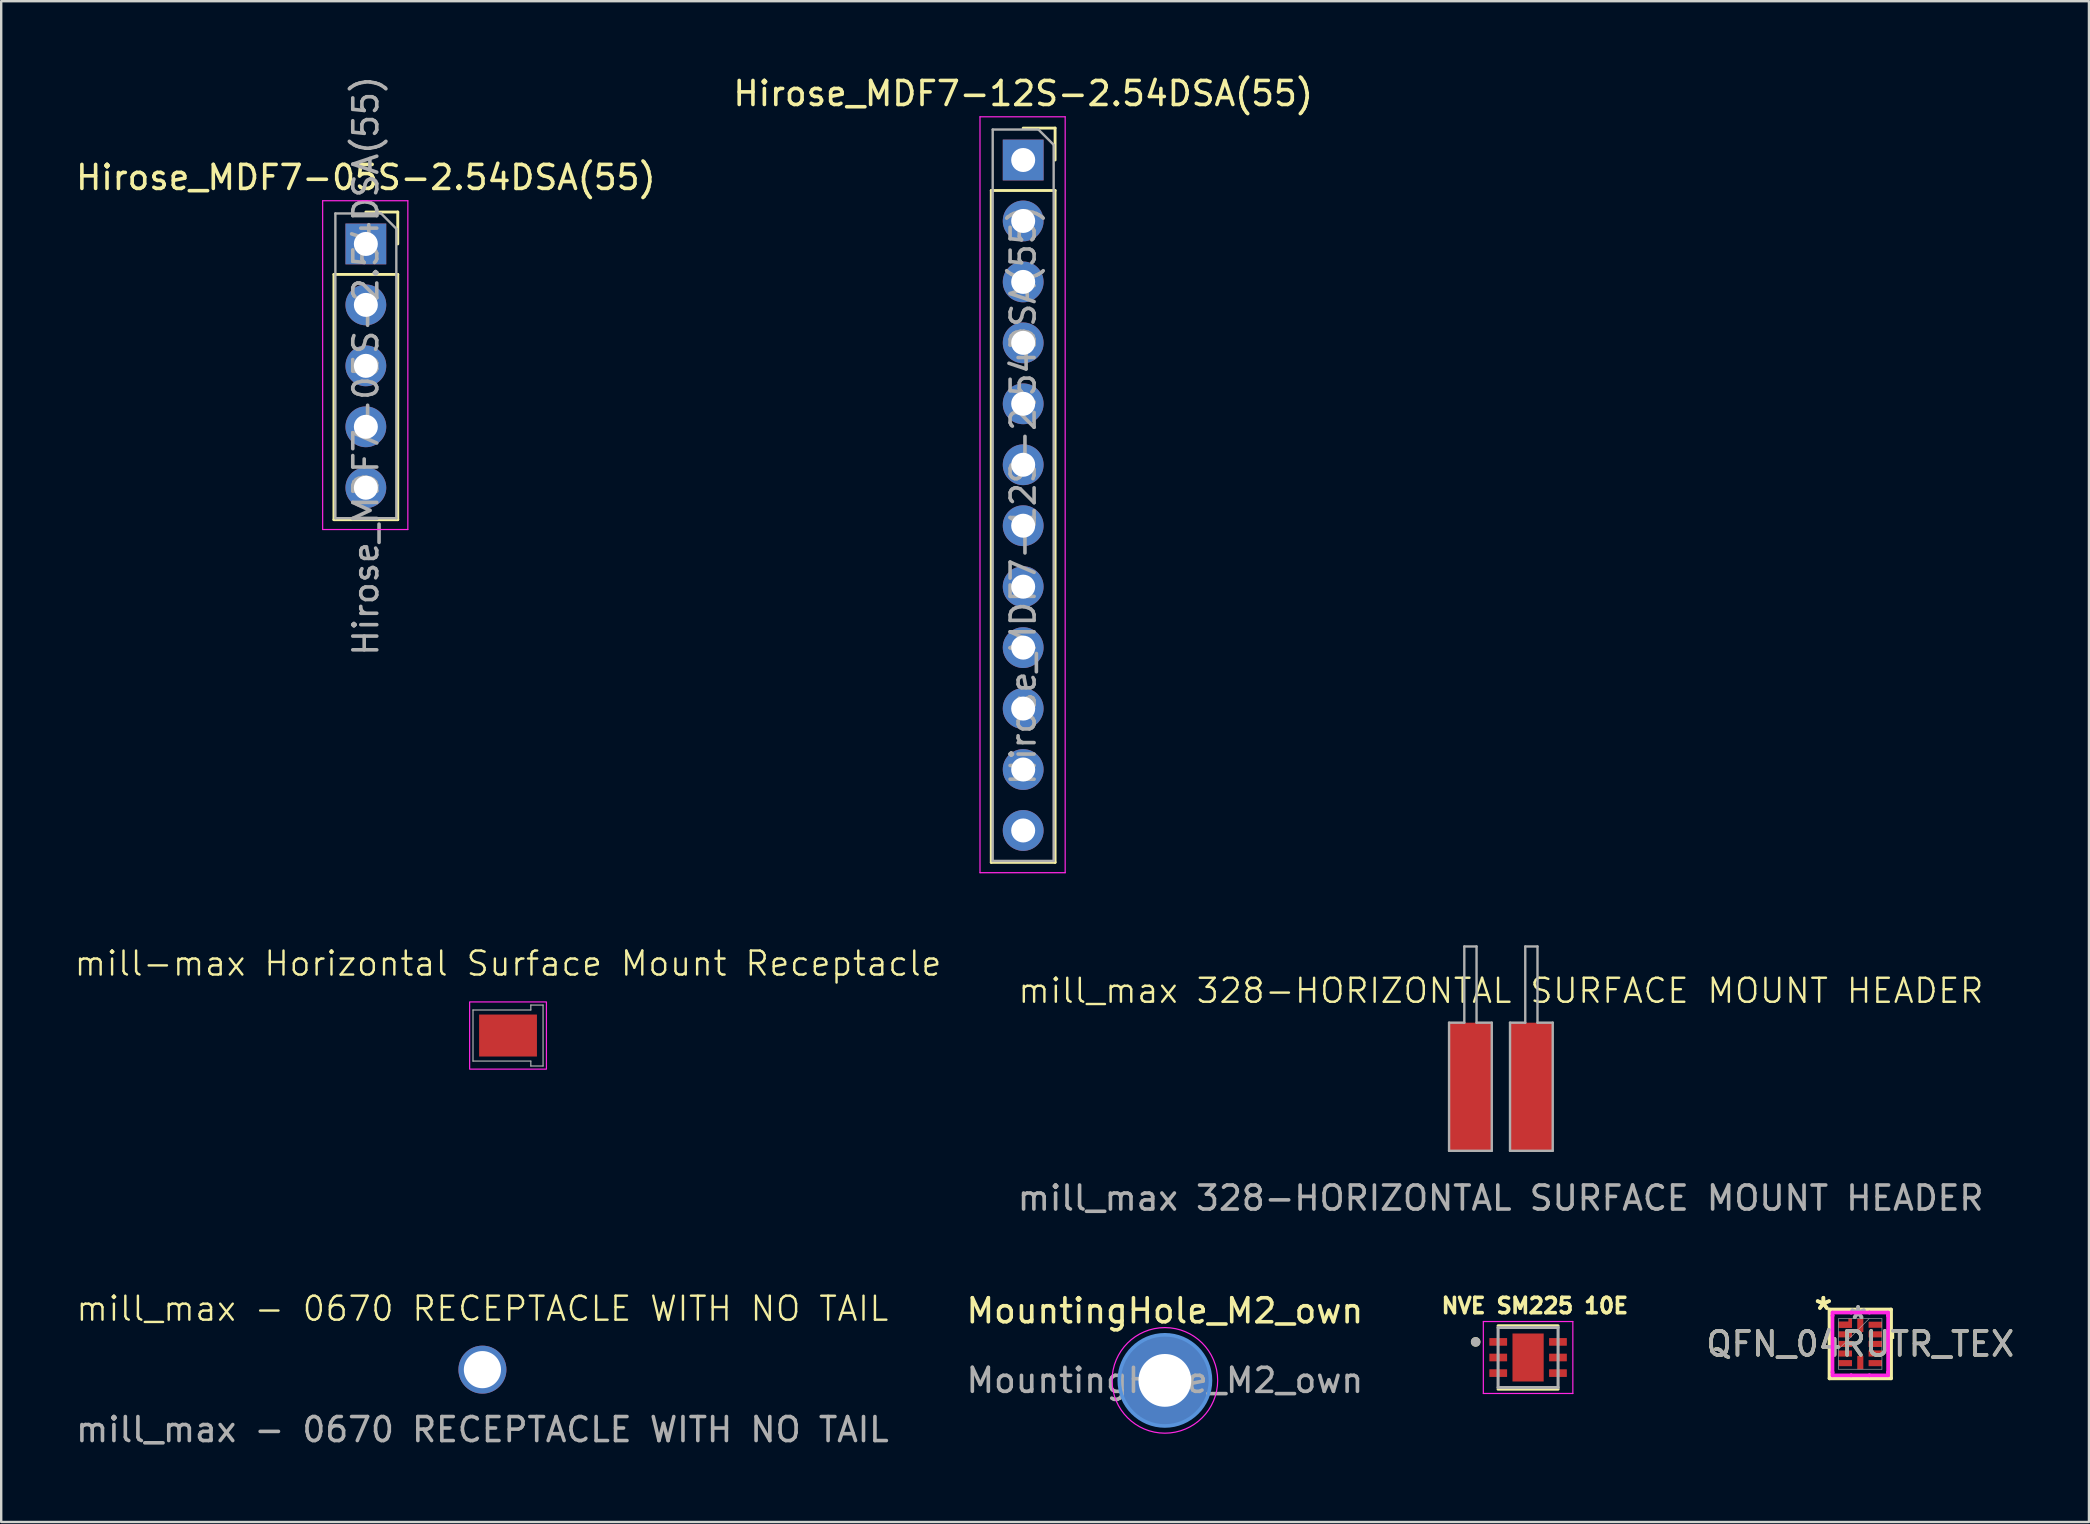
<source format=kicad_pcb>
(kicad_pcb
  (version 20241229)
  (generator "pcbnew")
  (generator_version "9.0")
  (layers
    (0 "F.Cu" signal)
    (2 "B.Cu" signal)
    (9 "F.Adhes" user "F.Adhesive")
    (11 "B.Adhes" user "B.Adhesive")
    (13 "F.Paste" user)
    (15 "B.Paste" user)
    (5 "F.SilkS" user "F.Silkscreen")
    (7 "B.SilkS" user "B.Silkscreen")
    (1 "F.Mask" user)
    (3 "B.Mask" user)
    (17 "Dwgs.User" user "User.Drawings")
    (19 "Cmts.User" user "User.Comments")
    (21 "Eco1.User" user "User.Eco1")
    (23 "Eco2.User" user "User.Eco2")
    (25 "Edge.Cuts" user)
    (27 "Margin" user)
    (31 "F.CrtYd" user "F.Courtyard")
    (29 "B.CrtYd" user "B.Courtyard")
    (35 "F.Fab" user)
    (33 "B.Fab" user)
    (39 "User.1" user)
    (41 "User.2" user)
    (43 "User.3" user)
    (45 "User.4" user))
  (footprint "QFN_04RUTR_TEX"
    (layer "F.Cu")
    (at 74.474 52.956)
    (property "Reference" "QFN_04RUTR_TEX" (at 0 0 0) (unlocked yes) (layer "F.SilkS") (effects (font (size 1 1) (thickness 0.15))))
    (attr smd)
    (fp_poly (pts (xy -0.904 -0.673) (xy -0.346 -0.673) (xy -0.346 -1.054) (xy -0.498 -1.054) (xy -0.498 -0.927) (xy -0.904 -0.927)) (stroke (width 0) (type solid)) (fill yes) (layer "F.Cu"))
    (fp_poly (pts (xy -0.904 -0.673) (xy -0.346 -0.673) (xy -0.346 -1.054) (xy -0.498 -1.054) (xy -0.498 -0.927) (xy -0.904 -0.927)) (stroke (width 0) (type solid)) (fill yes) (layer "F.Mask"))
    (fp_line (start -1.283 -1.435) (end -1.283 1.435) (stroke (width 0.152) (type solid)) (layer "F.SilkS"))
    (fp_line (start -1.283 1.435) (end 1.283 1.435) (stroke (width 0.152) (type solid)) (layer "F.SilkS"))
    (fp_line (start 1.283 -1.435) (end -1.283 -1.435) (stroke (width 0.152) (type solid)) (layer "F.SilkS"))
    (fp_line (start 1.283 1.435) (end 1.283 -1.435) (stroke (width 0.152) (type solid)) (layer "F.SilkS"))
    (fp_poly (pts (xy 1.412 -0.591) (xy 1.412 -0.21) (xy 1.158 -0.21) (xy 1.158 -0.591)) (stroke (width 0) (type solid)) (fill yes) (layer "F.SilkS"))
    (fp_poly (pts (xy -0.904 -0.673) (xy -0.346 -0.673) (xy -0.346 -1.054) (xy -0.498 -1.054) (xy -0.498 -0.927) (xy -0.904 -0.927)) (stroke (width 0) (type solid)) (fill yes) (layer "F.Paste"))
    (fp_line (start -1.158 -1.181) (end -1.156 -1.181) (stroke (width 0.152) (type solid)) (layer "F.CrtYd"))
    (fp_line (start -1.158 1.181) (end -1.158 -1.181) (stroke (width 0.152) (type solid)) (layer "F.CrtYd"))
    (fp_line (start -1.156 -1.308) (end -0.381 -1.308) (stroke (width 0.152) (type solid)) (layer "F.CrtYd"))
    (fp_line (start -1.156 -1.181) (end -1.156 -1.308) (stroke (width 0.152) (type solid)) (layer "F.CrtYd"))
    (fp_line (start -1.156 1.181) (end -1.158 1.181) (stroke (width 0.152) (type solid)) (layer "F.CrtYd"))
    (fp_line (start -1.156 1.308) (end -1.156 1.181) (stroke (width 0.152) (type solid)) (layer "F.CrtYd"))
    (fp_line (start -0.381 -1.308) (end 0.381 -1.308) (stroke (width 0.152) (type solid)) (layer "F.CrtYd"))
    (fp_line (start -0.381 -1.308) (end -0.381 -1.308) (stroke (width 0.152) (type solid)) (layer "F.CrtYd"))
    (fp_line (start -0.381 1.308) (end -1.156 1.308) (stroke (width 0.152) (type solid)) (layer "F.CrtYd"))
    (fp_line (start -0.381 1.308) (end -0.381 1.308) (stroke (width 0.152) (type solid)) (layer "F.CrtYd"))
    (fp_line (start 0.381 -1.308) (end 0.381 -1.308) (stroke (width 0.152) (type solid)) (layer "F.CrtYd"))
    (fp_line (start 0.381 -1.308) (end 1.156 -1.308) (stroke (width 0.152) (type solid)) (layer "F.CrtYd"))
    (fp_line (start 0.381 1.308) (end 0.381 1.308) (stroke (width 0.152) (type solid)) (layer "F.CrtYd"))
    (fp_line (start 0.381 1.308) (end -0.381 1.308) (stroke (width 0.152) (type solid)) (layer "F.CrtYd"))
    (fp_line (start 1.156 -1.308) (end 1.156 -1.181) (stroke (width 0.152) (type solid)) (layer "F.CrtYd"))
    (fp_line (start 1.156 -1.181) (end 1.158 -1.181) (stroke (width 0.152) (type solid)) (layer "F.CrtYd"))
    (fp_line (start 1.156 1.181) (end 1.156 1.308) (stroke (width 0.152) (type solid)) (layer "F.CrtYd"))
    (fp_line (start 1.156 1.308) (end 0.381 1.308) (stroke (width 0.152) (type solid)) (layer "F.CrtYd"))
    (fp_line (start 1.158 -1.181) (end 1.158 1.181) (stroke (width 0.152) (type solid)) (layer "F.CrtYd"))
    (fp_line (start 1.158 1.181) (end 1.156 1.181) (stroke (width 0.152) (type solid)) (layer "F.CrtYd"))
    (fp_line (start -0.902 -1.054) (end -0.902 1.054) (stroke (width 0.025) (type solid)) (layer "F.Fab"))
    (fp_line (start -0.902 0.216) (end 0.368 -1.054) (stroke (width 0.025) (type solid)) (layer "F.Fab"))
    (fp_line (start -0.902 1.054) (end 0.902 1.054) (stroke (width 0.025) (type solid)) (layer "F.Fab"))
    (fp_line (start 0.902 -1.054) (end -0.902 -1.054) (stroke (width 0.025) (type solid)) (layer "F.Fab"))
    (fp_line (start 0.902 1.054) (end 0.902 -1.054) (stroke (width 0.025) (type solid)) (layer "F.Fab"))
    (fp_text user "*" (at -1.539 -1.381 0) (layer "F.SilkS") (effects (font (size 1 1) (thickness 0.15))))
    (fp_text user "*" (at -1.539 -1.381 0) (unlocked yes) (layer "F.SilkS") (effects (font (size 1 1) (thickness 0.15))))
    (fp_text user "*" (at -0.092 -1 0) (layer "F.Fab") (effects (font (size 1 1) (thickness 0.15))))
    (fp_text user "*" (at -0.092 -1 0) (unlocked yes) (layer "F.Fab") (effects (font (size 1 1) (thickness 0.15))))
    (fp_text user "${REFERENCE}" (at 0 0 0) (unlocked yes) (layer "F.Fab") (effects (font (size 1 1) (thickness 0.15))))
    (pad "1" smd rect (at -0.625 -0.8 90) (size 0.254 0.559) (layers "F.Cu" "F.Mask" "F.Paste"))
    (pad "2" smd rect (at -0.625 -0.4 90) (size 0.254 0.559) (layers "F.Cu" "F.Mask" "F.Paste"))
    (pad "3" smd rect (at -0.625 0 90) (size 0.254 0.559) (layers "F.Cu" "F.Mask" "F.Paste"))
    (pad "4" smd rect (at -0.625 0.4 90) (size 0.254 0.559) (layers "F.Cu" "F.Mask" "F.Paste"))
    (pad "5" smd rect (at -0.625 0.8 90) (size 0.254 0.559) (layers "F.Cu" "F.Mask" "F.Paste"))
    (pad "6" smd rect (at 0 0.775) (size 0.254 0.559) (layers "F.Cu" "F.Mask" "F.Paste"))
    (pad "7" smd rect (at 0.625 0.8 90) (size 0.254 0.559) (layers "F.Cu" "F.Mask" "F.Paste"))
    (pad "8" smd rect (at 0.625 0.4 90) (size 0.254 0.559) (layers "F.Cu" "F.Mask" "F.Paste"))
    (pad "9" smd rect (at 0.625 0 90) (size 0.254 0.559) (layers "F.Cu" "F.Mask" "F.Paste"))
    (pad "10" smd rect (at 0.625 -0.4 90) (size 0.254 0.559) (layers "F.Cu" "F.Mask" "F.Paste"))
    (pad "11" smd rect (at 0.625 -0.8 90) (size 0.254 0.559) (layers "F.Cu" "F.Mask" "F.Paste"))
    (pad "12" smd rect (at 0 -0.775) (size 0.254 0.559) (layers "F.Cu" "F.Mask" "F.Paste")))
  (footprint "mill_max 328-HORIZONTAL SURFACE MOUNT HEADER"
    (layer "F.Cu")
    (at 59.497 42.238)
    (property "Reference" "mill_max 328-HORIZONTAL SURFACE MOUNT HEADER" (at 0 -4 0) (unlocked yes) (layer "F.SilkS") (effects (font (size 1 1) (thickness 0.1))))
    (attr smd)
    (fp_line (start -2.16 -2.67) (end -1.525 -2.67) (stroke (width 0.1) (type default)) (layer "F.Fab"))
    (fp_line (start -2.16 2.67) (end -2.16 -2.67) (stroke (width 0.1) (type default)) (layer "F.Fab"))
    (fp_line (start -1.525 -5.845) (end -1.015 -5.845) (stroke (width 0.1) (type default)) (layer "F.Fab"))
    (fp_line (start -1.525 -2.67) (end -1.525 -5.845) (stroke (width 0.1) (type default)) (layer "F.Fab"))
    (fp_line (start -1.015 -2.67) (end -1.015 -5.845) (stroke (width 0.1) (type default)) (layer "F.Fab"))
    (fp_line (start -1.015 -2.67) (end -0.38 -2.67) (stroke (width 0.1) (type default)) (layer "F.Fab"))
    (fp_line (start -0.38 -2.67) (end -0.38 2.67) (stroke (width 0.1) (type default)) (layer "F.Fab"))
    (fp_line (start -0.38 2.67) (end -2.16 2.67) (stroke (width 0.1) (type default)) (layer "F.Fab"))
    (fp_line (start 0.38 -2.67) (end 1.015 -2.67) (stroke (width 0.1) (type default)) (layer "F.Fab"))
    (fp_line (start 0.38 2.67) (end 0.38 -2.67) (stroke (width 0.1) (type default)) (layer "F.Fab"))
    (fp_line (start 1.015 -5.845) (end 1.525 -5.845) (stroke (width 0.1) (type default)) (layer "F.Fab"))
    (fp_line (start 1.015 -2.67) (end 1.015 -5.845) (stroke (width 0.1) (type default)) (layer "F.Fab"))
    (fp_line (start 1.525 -2.67) (end 1.525 -5.845) (stroke (width 0.1) (type default)) (layer "F.Fab"))
    (fp_line (start 1.525 -2.67) (end 2.16 -2.67) (stroke (width 0.1) (type default)) (layer "F.Fab"))
    (fp_line (start 2.16 -2.67) (end 2.16 2.67) (stroke (width 0.1) (type default)) (layer "F.Fab"))
    (fp_line (start 2.16 2.67) (end 0.38 2.67) (stroke (width 0.1) (type default)) (layer "F.Fab"))
    (fp_text user "${REFERENCE}" (at -0.01 4.64 0) (unlocked yes) (layer "F.Fab") (effects (font (size 1 1) (thickness 0.15))))
    (pad "1" smd rect (at -1.27 0) (size 1.778 5.338) (layers "F.Cu" "F.Mask" "F.Paste"))
    (pad "2" smd rect (at 1.27 0) (size 1.778 5.338) (layers "F.Cu" "F.Mask" "F.Paste")))
  (footprint "mill_max - 0670 RECEPTACLE WITH NO TAIL"
    (layer "F.Cu")
    (at 17.054 54.027)
    (property "Reference" "mill_max - 0670 RECEPTACLE WITH NO TAIL" (at 0 -2.54 0) (unlocked yes) (layer "F.SilkS") (effects (font (size 1 1) (thickness 0.1))))
    (attr through_hole)
    (fp_text user "${REFERENCE}" (at 0 2.5 0) (unlocked yes) (layer "F.Fab") (effects (font (size 1 1) (thickness 0.15))))
    (pad "1" thru_hole circle (at 0 0) (size 2 2) (drill 1.549) (layers "*.Cu" "*.Mask")))
  (footprint "Hirose_MDF7-05S-2.54DSA(55)"
    (layer "F.Cu")
    (at 12.196 7.116)
    (property "Reference" "Hirose_MDF7-05S-2.54DSA(55)" (at 0 -2.77 0) (layer "F.SilkS") (effects (font (size 1 1) (thickness 0.15))))
    (attr through_hole)
    (fp_line (start -1.33 1.27) (end -1.33 11.49) (stroke (width 0.12) (type solid)) (layer "F.SilkS"))
    (fp_line (start -1.33 1.27) (end 1.33 1.27) (stroke (width 0.12) (type solid)) (layer "F.SilkS"))
    (fp_line (start -1.33 11.49) (end 1.33 11.49) (stroke (width 0.12) (type solid)) (layer "F.SilkS"))
    (fp_line (start 0 -1.33) (end 1.33 -1.33) (stroke (width 0.12) (type solid)) (layer "F.SilkS"))
    (fp_line (start 1.33 -1.33) (end 1.33 0) (stroke (width 0.12) (type solid)) (layer "F.SilkS"))
    (fp_line (start 1.33 1.27) (end 1.33 11.49) (stroke (width 0.12) (type solid)) (layer "F.SilkS"))
    (fp_line (start -1.8 -1.8) (end 1.75 -1.8) (stroke (width 0.05) (type solid)) (layer "F.CrtYd"))
    (fp_line (start -1.8 11.9) (end -1.8 -1.8) (stroke (width 0.05) (type solid)) (layer "F.CrtYd"))
    (fp_line (start 1.75 -1.8) (end 1.75 11.9) (stroke (width 0.05) (type solid)) (layer "F.CrtYd"))
    (fp_line (start 1.75 11.9) (end -1.8 11.9) (stroke (width 0.05) (type solid)) (layer "F.CrtYd"))
    (fp_line (start -1.27 -1.27) (end 0.635 -1.27) (stroke (width 0.1) (type solid)) (layer "F.Fab"))
    (fp_line (start -1.27 11.43) (end -1.27 -1.27) (stroke (width 0.1) (type solid)) (layer "F.Fab"))
    (fp_line (start 0.635 -1.27) (end 1.27 -0.635) (stroke (width 0.1) (type solid)) (layer "F.Fab"))
    (fp_line (start 1.27 -0.635) (end 1.27 11.43) (stroke (width 0.1) (type solid)) (layer "F.Fab"))
    (fp_line (start 1.27 11.43) (end -1.27 11.43) (stroke (width 0.1) (type solid)) (layer "F.Fab"))
    (fp_text user "${REFERENCE}" (at 0 5.08 90) (layer "F.Fab") (effects (font (size 1 1) (thickness 0.15))))
    (pad "1" thru_hole rect (at 0 0) (size 1.7 1.7) (drill 1) (layers "*.Cu" "*.Mask"))
    (pad "2" thru_hole oval (at 0 2.54) (size 1.7 1.7) (drill 1) (layers "*.Cu" "*.Mask"))
    (pad "3" thru_hole oval (at 0 5.08) (size 1.7 1.7) (drill 1) (layers "*.Cu" "*.Mask"))
    (pad "4" thru_hole oval (at 0 7.62) (size 1.7 1.7) (drill 1) (layers "*.Cu" "*.Mask"))
    (pad "5" thru_hole oval (at 0 10.16) (size 1.7 1.7) (drill 1) (layers "*.Cu" "*.Mask")))
  (footprint "Hirose_MDF7-12S-2.54DSA(55)"
    (layer "F.Cu")
    (at 39.589 3.618)
    (property "Reference" "Hirose_MDF7-12S-2.54DSA(55)" (at 0 -2.77 0) (layer "F.SilkS") (effects (font (size 1 1) (thickness 0.15))))
    (attr through_hole)
    (fp_line (start -1.33 1.27) (end -1.33 29.27) (stroke (width 0.12) (type solid)) (layer "F.SilkS"))
    (fp_line (start -1.33 1.27) (end 1.33 1.27) (stroke (width 0.12) (type solid)) (layer "F.SilkS"))
    (fp_line (start -1.33 29.27) (end 1.33 29.27) (stroke (width 0.12) (type solid)) (layer "F.SilkS"))
    (fp_line (start 0 -1.33) (end 1.33 -1.33) (stroke (width 0.12) (type solid)) (layer "F.SilkS"))
    (fp_line (start 1.33 -1.33) (end 1.33 0) (stroke (width 0.12) (type solid)) (layer "F.SilkS"))
    (fp_line (start 1.33 1.27) (end 1.33 29.27) (stroke (width 0.12) (type solid)) (layer "F.SilkS"))
    (fp_line (start -1.8 -1.8) (end 1.75 -1.8) (stroke (width 0.05) (type solid)) (layer "F.CrtYd"))
    (fp_line (start -1.8 29.7) (end -1.8 -1.8) (stroke (width 0.05) (type solid)) (layer "F.CrtYd"))
    (fp_line (start 1.75 -1.8) (end 1.75 29.7) (stroke (width 0.05) (type solid)) (layer "F.CrtYd"))
    (fp_line (start 1.75 29.7) (end -1.8 29.7) (stroke (width 0.05) (type solid)) (layer "F.CrtYd"))
    (fp_line (start -1.27 -1.27) (end 0.635 -1.27) (stroke (width 0.1) (type solid)) (layer "F.Fab"))
    (fp_line (start -1.27 29.21) (end -1.27 -1.27) (stroke (width 0.1) (type solid)) (layer "F.Fab"))
    (fp_line (start 0.635 -1.27) (end 1.27 -0.635) (stroke (width 0.1) (type solid)) (layer "F.Fab"))
    (fp_line (start 1.27 -0.635) (end 1.27 29.21) (stroke (width 0.1) (type solid)) (layer "F.Fab"))
    (fp_line (start 1.27 29.21) (end -1.27 29.21) (stroke (width 0.1) (type solid)) (layer "F.Fab"))
    (fp_text user "${REFERENCE}" (at 0 13.97 90) (layer "F.Fab") (effects (font (size 1 1) (thickness 0.15))))
    (pad "1" thru_hole rect (at 0 0) (size 1.7 1.7) (drill 1) (layers "*.Cu" "*.Mask"))
    (pad "2" thru_hole oval (at 0 2.54) (size 1.7 1.7) (drill 1) (layers "*.Cu" "*.Mask"))
    (pad "3" thru_hole oval (at 0 5.08) (size 1.7 1.7) (drill 1) (layers "*.Cu" "*.Mask"))
    (pad "4" thru_hole oval (at 0 7.62) (size 1.7 1.7) (drill 1) (layers "*.Cu" "*.Mask"))
    (pad "5" thru_hole oval (at 0 10.16) (size 1.7 1.7) (drill 1) (layers "*.Cu" "*.Mask"))
    (pad "6" thru_hole oval (at 0 12.7) (size 1.7 1.7) (drill 1) (layers "*.Cu" "*.Mask"))
    (pad "7" thru_hole oval (at 0 15.24) (size 1.7 1.7) (drill 1) (layers "*.Cu" "*.Mask"))
    (pad "8" thru_hole oval (at 0 17.78) (size 1.7 1.7) (drill 1) (layers "*.Cu" "*.Mask"))
    (pad "9" thru_hole oval (at 0 20.32) (size 1.7 1.7) (drill 1) (layers "*.Cu" "*.Mask"))
    (pad "10" thru_hole oval (at 0 22.86) (size 1.7 1.7) (drill 1) (layers "*.Cu" "*.Mask"))
    (pad "11" thru_hole oval (at 0 25.4) (size 1.7 1.7) (drill 1) (layers "*.Cu" "*.Mask"))
    (pad "12" thru_hole oval (at 0 27.94) (size 1.7 1.7) (drill 1) (layers "*.Cu" "*.Mask")))
  (footprint "MountingHole_M2_own"
    (layer "F.Cu")
    (at 45.494 54.475)
    (property "Reference" "MountingHole_M2_own" (at 0 -2.9 0) (layer "F.SilkS") (effects (font (size 1 1) (thickness 0.15))))
    (attr exclude_from_pos_files exclude_from_bom)
    (fp_circle (center 0 0) (end 1.9 0) (stroke (width 0.15) (type solid)) (fill no) (layer "Cmts.User"))
    (fp_circle (center 0 0) (end 2.2 0) (stroke (width 0.05) (type solid)) (fill no) (layer "F.CrtYd"))
    (fp_text user "${REFERENCE}" (at 0 0 0) (layer "F.Fab") (effects (font (size 1 1) (thickness 0.15))))
    (pad "1" thru_hole circle (at 0 0) (size 3.8 3.8) (drill 2.2) (layers "*.Cu" "*.Mask")))
  (footprint "mill-max Horizontal Surface Mount Receptacle"
    (layer "F.Cu")
    (at 18.121 40.104)
    (property "Reference" "mill-max Horizontal Surface Mount Receptacle" (at 0 -3 0) (unlocked yes) (layer "F.SilkS") (effects (font (size 1 1) (thickness 0.1))))
    (attr smd)
    (fp_rect (start -1.6 -1.4) (end 1.6 1.4) (stroke (width 0.05) (type default)) (fill no) (layer "F.CrtYd"))
    (fp_line (start -1.46 -1.065) (end -1.46 1.065) (stroke (width 0.05) (type default)) (layer "F.Fab"))
    (fp_line (start -1.46 -1.065) (end 0.95 -1.065) (stroke (width 0.05) (type default)) (layer "F.Fab"))
    (fp_line (start -1.46 1.065) (end 0.95 1.065) (stroke (width 0.05) (type default)) (layer "F.Fab"))
    (fp_line (start 0.95 -1.065) (end 0.95 -1.27) (stroke (width 0.05) (type default)) (layer "F.Fab"))
    (fp_line (start 0.95 1.065) (end 0.95 1.27) (stroke (width 0.05) (type default)) (layer "F.Fab"))
    (fp_line (start 0.95 1.27) (end 1.46 1.27) (stroke (width 0.05) (type default)) (layer "F.Fab"))
    (fp_line (start 1.46 -1.27) (end 0.95 -1.27) (stroke (width 0.05) (type default)) (layer "F.Fab"))
    (fp_line (start 1.46 1.27) (end 1.46 -1.27) (stroke (width 0.05) (type default)) (layer "F.Fab"))
    (pad "1" smd rect (at 0 0) (size 2.41 1.75) (layers "F.Cu" "F.Mask" "F.Paste")))
  (footprint "NVE SM225 10E"
    (layer "F.Cu")
    (at 60.63 53.521)
    (property "Reference" "NVE SM225 10E" (at 0.282 -2.156 0) (layer "F.SilkS") (effects (font (size 0.64 0.64) (thickness 0.15))))
    (attr smd)
    (fp_line (start -1.25 -1.32) (end 1.25 -1.32) (stroke (width 0.127) (type solid)) (layer "F.SilkS"))
    (fp_line (start -1.25 1.32) (end 1.25 1.32) (stroke (width 0.127) (type solid)) (layer "F.SilkS"))
    (fp_circle (center -2.185 -0.65) (end -2.085 -0.65) (stroke (width 0.2) (type solid)) (fill no) (layer "F.SilkS"))
    (fp_poly (pts (xy -0.41 -0.63) (xy 0.41 -0.63) (xy 0.41 0.63) (xy -0.41 0.63)) (stroke (width 0.01) (type solid)) (fill yes) (layer "F.Paste"))
    (fp_line (start -1.865 -1.5) (end -1.865 1.5) (stroke (width 0.05) (type solid)) (layer "F.CrtYd"))
    (fp_line (start -1.865 -1.5) (end 1.865 -1.5) (stroke (width 0.05) (type solid)) (layer "F.CrtYd"))
    (fp_line (start -1.865 1.5) (end 1.865 1.5) (stroke (width 0.05) (type solid)) (layer "F.CrtYd"))
    (fp_line (start 1.865 -1.5) (end 1.865 1.5) (stroke (width 0.05) (type solid)) (layer "F.CrtYd"))
    (fp_line (start -1.25 -1.25) (end -1.25 1.25) (stroke (width 0.127) (type solid)) (layer "F.Fab"))
    (fp_line (start -1.25 -1.25) (end 1.25 -1.25) (stroke (width 0.127) (type solid)) (layer "F.Fab"))
    (fp_line (start -1.25 1.25) (end 1.25 1.25) (stroke (width 0.127) (type solid)) (layer "F.Fab"))
    (fp_line (start 1.25 -1.25) (end 1.25 1.25) (stroke (width 0.127) (type solid)) (layer "F.Fab"))
    (fp_circle (center -2.185 -0.65) (end -2.085 -0.65) (stroke (width 0.2) (type solid)) (fill no) (layer "F.Fab"))
    (pad "1" smd roundrect (at -1.245 -0.65) (size 0.74 0.32) (layers "F.Cu" "F.Mask" "F.Paste") (roundrect_rratio 0.04))
    (pad "2" smd roundrect (at -1.245 0) (size 0.74 0.32) (layers "F.Cu" "F.Mask" "F.Paste") (roundrect_rratio 0.04))
    (pad "3" smd roundrect (at -1.245 0.65) (size 0.74 0.32) (layers "F.Cu" "F.Mask" "F.Paste") (roundrect_rratio 0.04))
    (pad "4" smd roundrect (at 1.245 0.65) (size 0.74 0.32) (layers "F.Cu" "F.Mask" "F.Paste") (roundrect_rratio 0.04))
    (pad "5" smd roundrect (at 1.245 0) (size 0.74 0.32) (layers "F.Cu" "F.Mask" "F.Paste") (roundrect_rratio 0.04))
    (pad "6" smd roundrect (at 1.245 -0.65) (size 0.74 0.32) (layers "F.Cu" "F.Mask" "F.Paste") (roundrect_rratio 0.04))
    (pad "7" smd rect (at 0 0) (size 1.3 2) (layers "F.Cu" "F.Mask")))
  (gr_rect
    (start -3 -3)
    (end 84.003 60.375)
    (stroke (width 0.1) (type default))
    (fill no)
    (layer "Edge.Cuts")))
</source>
